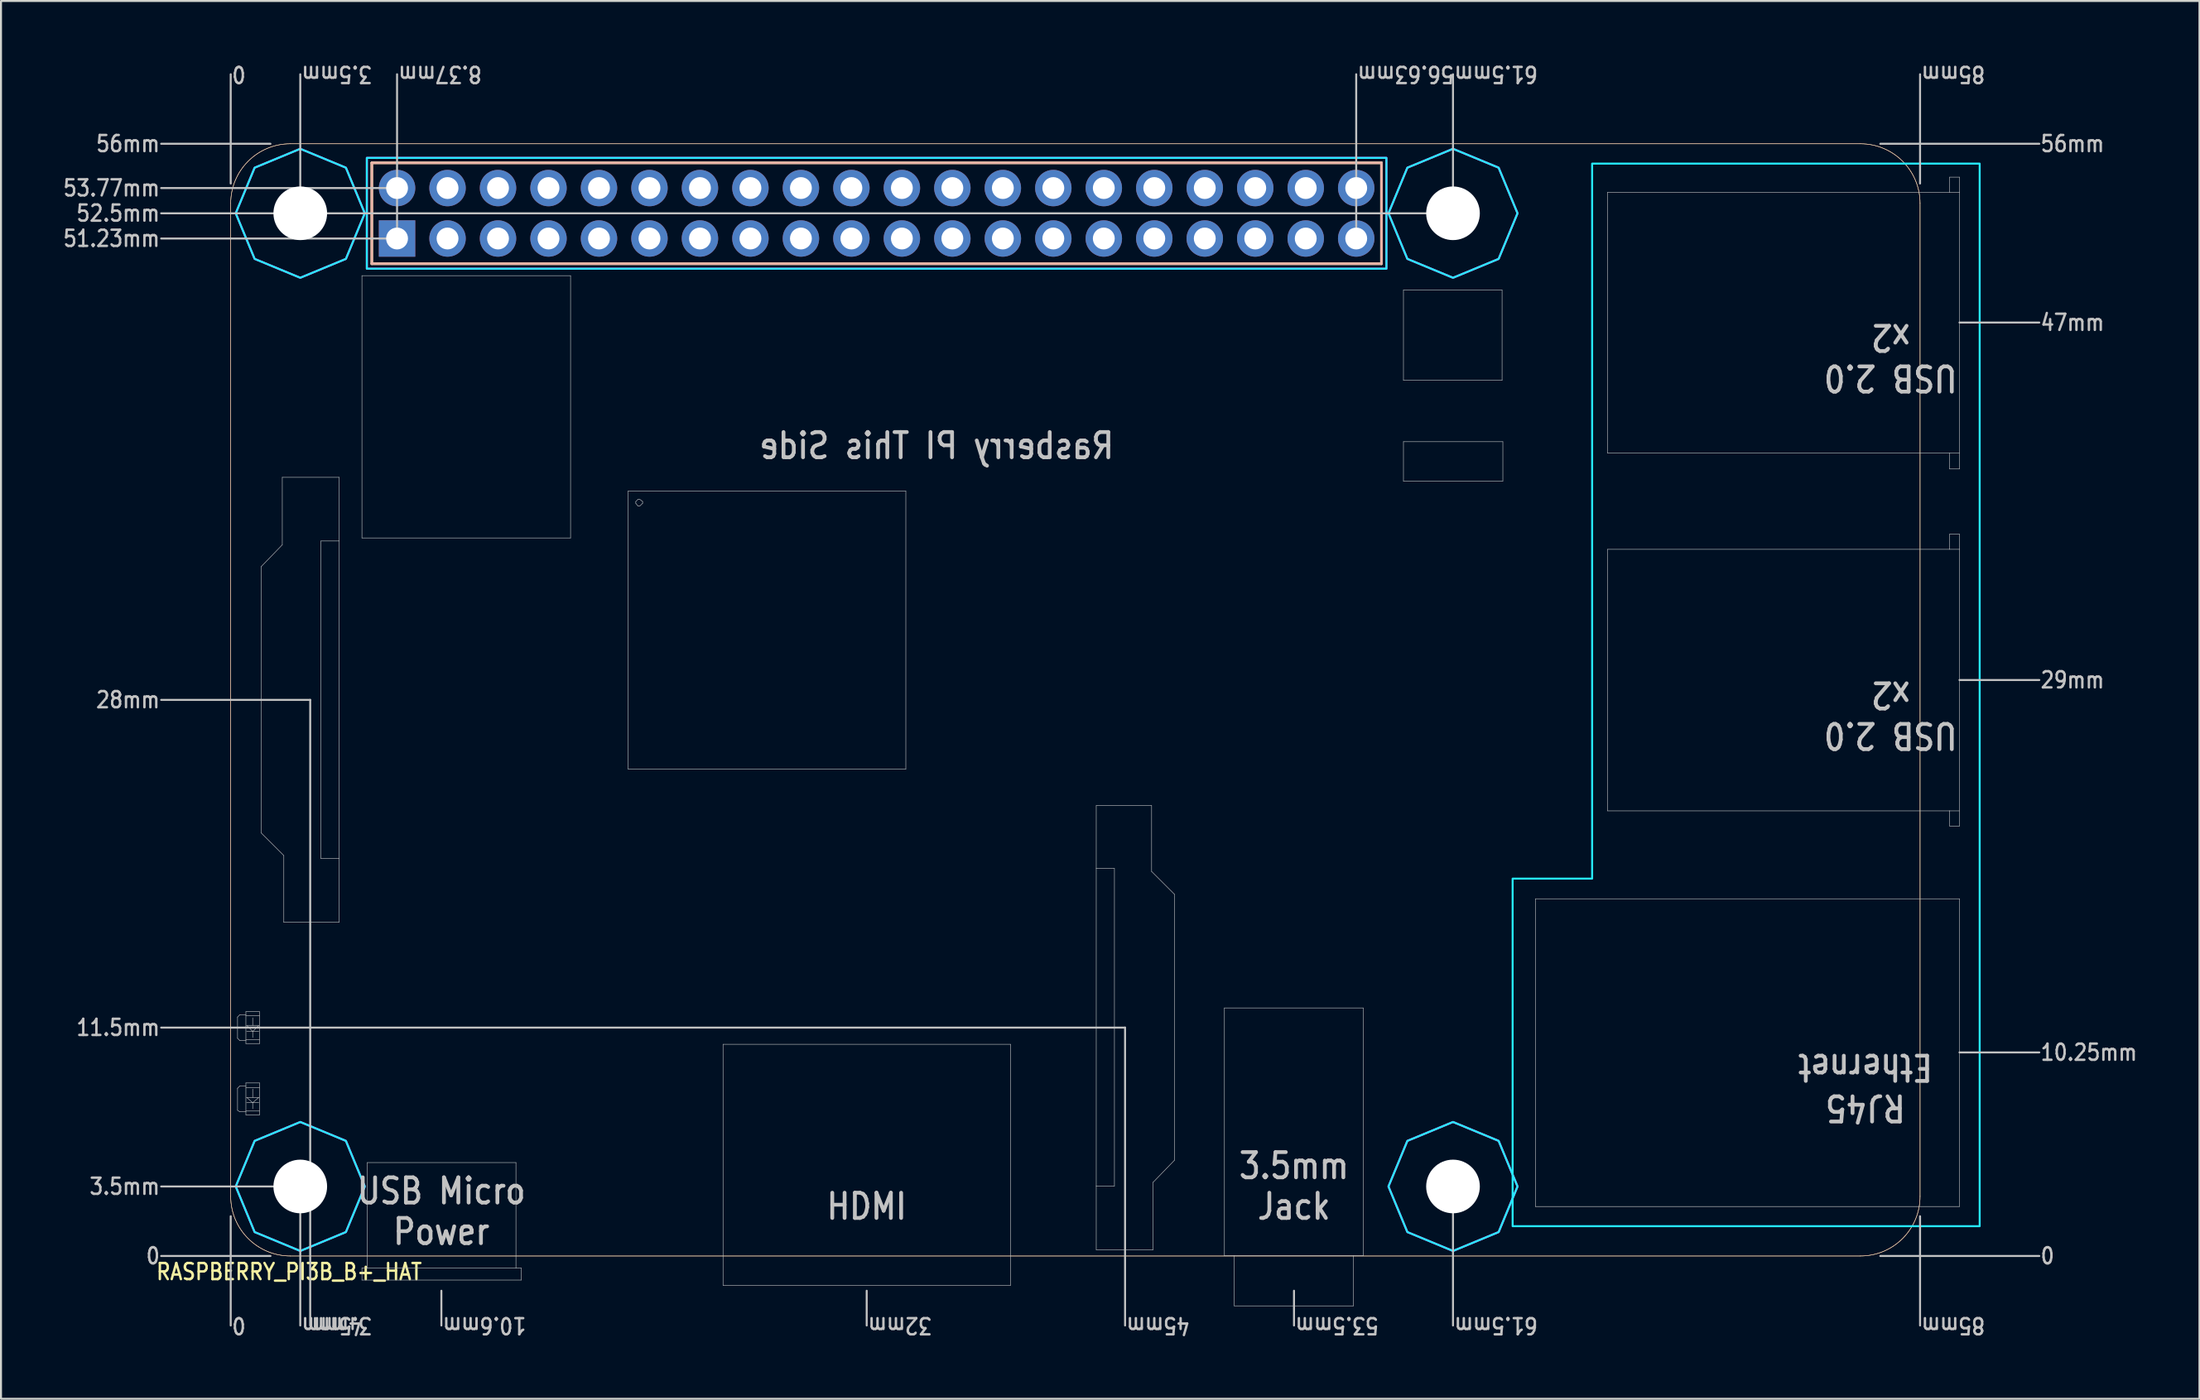
<source format=kicad_pcb>
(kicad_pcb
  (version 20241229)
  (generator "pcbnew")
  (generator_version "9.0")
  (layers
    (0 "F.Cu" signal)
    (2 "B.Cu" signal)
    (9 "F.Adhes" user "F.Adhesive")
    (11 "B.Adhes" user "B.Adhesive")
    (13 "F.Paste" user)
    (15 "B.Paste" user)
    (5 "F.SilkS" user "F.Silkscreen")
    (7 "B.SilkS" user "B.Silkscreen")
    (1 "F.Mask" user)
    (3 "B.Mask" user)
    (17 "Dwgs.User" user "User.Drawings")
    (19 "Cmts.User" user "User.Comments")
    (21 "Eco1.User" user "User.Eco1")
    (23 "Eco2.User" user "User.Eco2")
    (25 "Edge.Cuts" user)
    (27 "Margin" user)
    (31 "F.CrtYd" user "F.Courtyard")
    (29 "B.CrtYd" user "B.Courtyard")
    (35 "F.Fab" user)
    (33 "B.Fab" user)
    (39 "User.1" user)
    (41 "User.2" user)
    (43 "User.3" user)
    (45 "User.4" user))
  (footprint "RASPBERRY_PI3B_B+_HAT"
    (layer "F.Cu")
    (at 8.558 60.189)
    (property "Reference" "RASPBERRY_PI3B_B+_HAT" (at -3.81 1.27 0) (unlocked yes) (layer "F.SilkS") (effects (font (size 0.813 0.695) (thickness 0.122)) (justify left bottom)))
    (fp_circle (center 3.5 -52.5) (end 5.95 -52.5) (stroke (width 0) (type solid)) (fill yes) (layer "F.Mask"))
    (fp_circle (center 3.5 -52.5) (end 5.95 -52.5) (stroke (width 0) (type solid)) (fill yes) (layer "F.Mask"))
    (fp_circle (center 3.5 -3.5) (end 5.95 -3.5) (stroke (width 0) (type solid)) (fill yes) (layer "F.Mask"))
    (fp_circle (center 3.5 -3.5) (end 5.95 -3.5) (stroke (width 0) (type solid)) (fill yes) (layer "F.Mask"))
    (fp_circle (center 61.5 -52.5) (end 63.95 -52.5) (stroke (width 0) (type solid)) (fill yes) (layer "F.Mask"))
    (fp_circle (center 61.5 -52.5) (end 63.95 -52.5) (stroke (width 0) (type solid)) (fill yes) (layer "F.Mask"))
    (fp_circle (center 61.5 -3.5) (end 63.95 -3.5) (stroke (width 0) (type solid)) (fill yes) (layer "F.Mask"))
    (fp_circle (center 61.5 -3.5) (end 63.95 -3.5) (stroke (width 0) (type solid)) (fill yes) (layer "F.Mask"))
    (fp_circle (center 3.5 -52.5) (end 5.95 -52.5) (stroke (width 0) (type solid)) (fill yes) (layer "B.Mask"))
    (fp_circle (center 3.5 -3.5) (end 5.95 -3.5) (stroke (width 0) (type solid)) (fill yes) (layer "B.Mask"))
    (fp_circle (center 61.5 -52.5) (end 63.95 -52.5) (stroke (width 0) (type solid)) (fill yes) (layer "B.Mask"))
    (fp_circle (center 61.5 -3.5) (end 63.95 -3.5) (stroke (width 0) (type solid)) (fill yes) (layer "B.Mask"))
    (fp_line (start 0 -3) (end 0 -53) (stroke (width 0.025) (type solid)) (layer "F.SilkS"))
    (fp_line (start 3 -56) (end 82 -56) (stroke (width 0.025) (type solid)) (layer "F.SilkS"))
    (fp_line (start 7.1 -55.04) (end 7.1 -49.96) (stroke (width 0.127) (type solid)) (layer "F.SilkS"))
    (fp_line (start 7.1 -49.96) (end 57.9 -49.96) (stroke (width 0.127) (type solid)) (layer "F.SilkS"))
    (fp_line (start 57.9 -55.04) (end 7.1 -55.04) (stroke (width 0.127) (type solid)) (layer "F.SilkS"))
    (fp_line (start 57.9 -49.96) (end 57.9 -55.04) (stroke (width 0.127) (type solid)) (layer "F.SilkS"))
    (fp_line (start 82 0) (end 3 0) (stroke (width 0.025) (type solid)) (layer "F.SilkS"))
    (fp_line (start 85 -53) (end 85 -3) (stroke (width 0.025) (type solid)) (layer "F.SilkS"))
    (fp_arc (start 0 -53) (mid 0.87868 -55.12132) (end 3 -56) (stroke (width 0.025) (type solid)) (layer "F.SilkS"))
    (fp_arc (start 3 0) (mid 0.87868 -0.87868) (end 0 -3) (stroke (width 0.025) (type solid)) (layer "F.SilkS"))
    (fp_arc (start 82 -56) (mid 84.12132 -55.12132) (end 85 -53) (stroke (width 0.025) (type solid)) (layer "F.SilkS"))
    (fp_arc (start 85 -3) (mid 84.12132 -0.87868) (end 82 0) (stroke (width 0.025) (type solid)) (layer "F.SilkS"))
    (fp_line (start 0 -3) (end 0 -53) (stroke (width 0.025) (type solid)) (layer "B.SilkS"))
    (fp_line (start 3 -56) (end 82 -56) (stroke (width 0.025) (type solid)) (layer "B.SilkS"))
    (fp_line (start 7.1 -55.04) (end 7.1 -49.96) (stroke (width 0.127) (type solid)) (layer "B.SilkS"))
    (fp_line (start 7.1 -49.96) (end 57.9 -49.96) (stroke (width 0.127) (type solid)) (layer "B.SilkS"))
    (fp_line (start 57.9 -55.04) (end 7.1 -55.04) (stroke (width 0.127) (type solid)) (layer "B.SilkS"))
    (fp_line (start 57.9 -49.96) (end 57.9 -55.04) (stroke (width 0.127) (type solid)) (layer "B.SilkS"))
    (fp_line (start 82 0) (end 3 0) (stroke (width 0.025) (type solid)) (layer "B.SilkS"))
    (fp_line (start 85 -53) (end 85 -3) (stroke (width 0.025) (type solid)) (layer "B.SilkS"))
    (fp_arc (start 0 -53) (mid 0.87868 -55.12132) (end 3 -56) (stroke (width 0.025) (type solid)) (layer "B.SilkS"))
    (fp_arc (start 3 0) (mid 0.87868 -0.87868) (end 0 -3) (stroke (width 0.025) (type solid)) (layer "B.SilkS"))
    (fp_arc (start 82 -56) (mid 84.12132 -55.12132) (end 85 -53) (stroke (width 0.025) (type solid)) (layer "B.SilkS"))
    (fp_arc (start 85 -3) (mid 84.12132 -0.87868) (end 82 0) (stroke (width 0.025) (type solid)) (layer "B.SilkS"))
    (fp_line (start -3.5 -53.77) (end 8.75 -53.77) (stroke (width 0.1) (type solid)) (layer "Dwgs.User"))
    (fp_line (start -3.5 -51.23) (end 8.75 -51.23) (stroke (width 0.1) (type solid)) (layer "Dwgs.User"))
    (fp_line (start 0 -54) (end 0 -59.5) (stroke (width 0.1) (type solid)) (layer "Dwgs.User"))
    (fp_line (start 0 -2) (end 0 3.5) (stroke (width 0.1) (type solid)) (layer "Dwgs.User"))
    (fp_line (start 0.344 -12.03) (end 0.458 -12.146) (stroke (width 0.025) (type solid)) (layer "Dwgs.User"))
    (fp_line (start 0.344 -10.962) (end 0.344 -12.03) (stroke (width 0.025) (type solid)) (layer "Dwgs.User"))
    (fp_line (start 0.344 -8.444) (end 0.458 -8.558) (stroke (width 0.025) (type solid)) (layer "Dwgs.User"))
    (fp_line (start 0.344 -7.336) (end 0.344 -8.444) (stroke (width 0.025) (type solid)) (layer "Dwgs.User"))
    (fp_line (start 0.458 -12.146) (end 0.764 -12.146) (stroke (width 0.025) (type solid)) (layer "Dwgs.User"))
    (fp_line (start 0.458 -10.847) (end 0.344 -10.962) (stroke (width 0.025) (type solid)) (layer "Dwgs.User"))
    (fp_line (start 0.458 -8.558) (end 0.764 -8.558) (stroke (width 0.025) (type solid)) (layer "Dwgs.User"))
    (fp_line (start 0.458 -7.259) (end 0.344 -7.336) (stroke (width 0.025) (type solid)) (layer "Dwgs.User"))
    (fp_line (start 0.764 -12.299) (end 0.764 -10.695) (stroke (width 0.025) (type solid)) (layer "Dwgs.User"))
    (fp_line (start 0.764 -12.107) (end 1.451 -12.107) (stroke (width 0.025) (type solid)) (layer "Dwgs.User"))
    (fp_line (start 0.764 -10.886) (end 1.451 -10.886) (stroke (width 0.025) (type solid)) (layer "Dwgs.User"))
    (fp_line (start 0.764 -10.847) (end 0.458 -10.847) (stroke (width 0.025) (type solid)) (layer "Dwgs.User"))
    (fp_line (start 0.764 -10.695) (end 1.451 -10.695) (stroke (width 0.025) (type solid)) (layer "Dwgs.User"))
    (fp_line (start 0.764 -8.711) (end 0.764 -7.108) (stroke (width 0.025) (type solid)) (layer "Dwgs.User"))
    (fp_line (start 0.764 -8.482) (end 1.451 -8.482) (stroke (width 0.025) (type solid)) (layer "Dwgs.User"))
    (fp_line (start 0.764 -7.298) (end 1.451 -7.298) (stroke (width 0.025) (type solid)) (layer "Dwgs.User"))
    (fp_line (start 0.764 -7.259) (end 0.458 -7.259) (stroke (width 0.025) (type solid)) (layer "Dwgs.User"))
    (fp_line (start 0.764 -7.108) (end 1.451 -7.108) (stroke (width 0.025) (type solid)) (layer "Dwgs.User"))
    (fp_line (start 0.801 -11.612) (end 1.413 -11.612) (stroke (width 0.025) (type solid)) (layer "Dwgs.User"))
    (fp_line (start 0.801 -7.985) (end 1.413 -7.985) (stroke (width 0.025) (type solid)) (layer "Dwgs.User"))
    (fp_line (start 1.107 -11.993) (end 1.107 -11.612) (stroke (width 0.025) (type solid)) (layer "Dwgs.User"))
    (fp_line (start 1.107 -11.306) (end 0.801 -11.612) (stroke (width 0.025) (type solid)) (layer "Dwgs.User"))
    (fp_line (start 1.107 -11.306) (end 0.801 -11.306) (stroke (width 0.025) (type solid)) (layer "Dwgs.User"))
    (fp_line (start 1.107 -11) (end 1.107 -11.306) (stroke (width 0.025) (type solid)) (layer "Dwgs.User"))
    (fp_line (start 1.107 -8.405) (end 1.107 -7.985) (stroke (width 0.025) (type solid)) (layer "Dwgs.User"))
    (fp_line (start 1.107 -7.718) (end 0.801 -7.985) (stroke (width 0.025) (type solid)) (layer "Dwgs.User"))
    (fp_line (start 1.107 -7.718) (end 0.801 -7.718) (stroke (width 0.025) (type solid)) (layer "Dwgs.User"))
    (fp_line (start 1.107 -7.412) (end 1.107 -7.718) (stroke (width 0.025) (type solid)) (layer "Dwgs.User"))
    (fp_line (start 1.413 -11.612) (end 1.107 -11.306) (stroke (width 0.025) (type solid)) (layer "Dwgs.User"))
    (fp_line (start 1.413 -11.306) (end 1.107 -11.306) (stroke (width 0.025) (type solid)) (layer "Dwgs.User"))
    (fp_line (start 1.413 -7.985) (end 1.107 -7.718) (stroke (width 0.025) (type solid)) (layer "Dwgs.User"))
    (fp_line (start 1.413 -7.718) (end 1.107 -7.718) (stroke (width 0.025) (type solid)) (layer "Dwgs.User"))
    (fp_line (start 1.451 -12.299) (end 0.764 -12.299) (stroke (width 0.025) (type solid)) (layer "Dwgs.User"))
    (fp_line (start 1.451 -10.695) (end 1.451 -12.299) (stroke (width 0.025) (type solid)) (layer "Dwgs.User"))
    (fp_line (start 1.451 -8.711) (end 0.764 -8.711) (stroke (width 0.025) (type solid)) (layer "Dwgs.User"))
    (fp_line (start 1.451 -7.108) (end 1.451 -8.711) (stroke (width 0.025) (type solid)) (layer "Dwgs.User"))
    (fp_line (start 1.527 -34.702) (end 2.596 -35.809) (stroke (width 0.025) (type solid)) (layer "Dwgs.User"))
    (fp_line (start 1.527 -21.305) (end 1.527 -34.702) (stroke (width 0.025) (type solid)) (layer "Dwgs.User"))
    (fp_line (start 2 -56) (end -3.5 -56) (stroke (width 0.1) (type solid)) (layer "Dwgs.User"))
    (fp_line (start 2 0) (end -3.5 0) (stroke (width 0.1) (type solid)) (layer "Dwgs.User"))
    (fp_line (start 2.596 -39.206) (end 5.458 -39.206) (stroke (width 0.025) (type solid)) (layer "Dwgs.User"))
    (fp_line (start 2.596 -35.809) (end 2.596 -39.206) (stroke (width 0.025) (type solid)) (layer "Dwgs.User"))
    (fp_line (start 2.672 -20.161) (end 1.527 -21.305) (stroke (width 0.025) (type solid)) (layer "Dwgs.User"))
    (fp_line (start 2.672 -16.801) (end 2.672 -20.161) (stroke (width 0.025) (type solid)) (layer "Dwgs.User"))
    (fp_line (start 3.5 -59.5) (end 3.5 -52.5) (stroke (width 0.1) (type solid)) (layer "Dwgs.User"))
    (fp_line (start 3.5 -52.5) (end -3.5 -52.5) (stroke (width 0.1) (type solid)) (layer "Dwgs.User"))
    (fp_line (start 3.5 -3.5) (end -3.5 -3.5) (stroke (width 0.1) (type solid)) (layer "Dwgs.User"))
    (fp_line (start 3.5 -3.5) (end 3.5 3.5) (stroke (width 0.1) (type solid)) (layer "Dwgs.User"))
    (fp_line (start 4 -28) (end -3.5 -28) (stroke (width 0.1) (type solid)) (layer "Dwgs.User"))
    (fp_line (start 4 -28) (end 4 3.5) (stroke (width 0.1) (type solid)) (layer "Dwgs.User"))
    (fp_line (start 4.542 -36) (end 5.458 -36) (stroke (width 0.025) (type solid)) (layer "Dwgs.User"))
    (fp_line (start 4.542 -20.008) (end 4.542 -36) (stroke (width 0.025) (type solid)) (layer "Dwgs.User"))
    (fp_line (start 5.458 -39.206) (end 5.458 -36) (stroke (width 0.025) (type solid)) (layer "Dwgs.User"))
    (fp_line (start 5.458 -36) (end 5.458 -20.008) (stroke (width 0.025) (type solid)) (layer "Dwgs.User"))
    (fp_line (start 5.458 -20.008) (end 4.542 -20.008) (stroke (width 0.025) (type solid)) (layer "Dwgs.User"))
    (fp_line (start 5.458 -20.008) (end 5.458 -16.801) (stroke (width 0.025) (type solid)) (layer "Dwgs.User"))
    (fp_line (start 5.458 -16.801) (end 2.672 -16.801) (stroke (width 0.025) (type solid)) (layer "Dwgs.User"))
    (fp_line (start 6.603 -49.359) (end 17.1 -49.359) (stroke (width 0.025) (type solid)) (layer "Dwgs.User"))
    (fp_line (start 6.603 -36.153) (end 6.603 -49.359) (stroke (width 0.025) (type solid)) (layer "Dwgs.User"))
    (fp_line (start 6.603 0.603) (end 6.871 0.603) (stroke (width 0.025) (type solid)) (layer "Dwgs.User"))
    (fp_line (start 6.603 1.213) (end 6.603 0.603) (stroke (width 0.025) (type solid)) (layer "Dwgs.User"))
    (fp_line (start 6.871 -4.703) (end 14.352 -4.703) (stroke (width 0.025) (type solid)) (layer "Dwgs.User"))
    (fp_line (start 6.871 0.603) (end 6.871 -4.703) (stroke (width 0.025) (type solid)) (layer "Dwgs.User"))
    (fp_line (start 8.37 -51.23) (end 8.37 -59.5) (stroke (width 0.1) (type solid)) (layer "Dwgs.User"))
    (fp_line (start 10.6 1.75) (end 10.6 3.5) (stroke (width 0.1) (type solid)) (layer "Dwgs.User"))
    (fp_line (start 14.352 -4.703) (end 14.352 0.603) (stroke (width 0.025) (type solid)) (layer "Dwgs.User"))
    (fp_line (start 14.352 0.603) (end 6.871 0.603) (stroke (width 0.025) (type solid)) (layer "Dwgs.User"))
    (fp_line (start 14.618 0.603) (end 14.352 0.603) (stroke (width 0.025) (type solid)) (layer "Dwgs.User"))
    (fp_line (start 14.618 0.603) (end 14.618 1.213) (stroke (width 0.025) (type solid)) (layer "Dwgs.User"))
    (fp_line (start 14.618 1.213) (end 6.603 1.213) (stroke (width 0.025) (type solid)) (layer "Dwgs.User"))
    (fp_line (start 17.1 -49.359) (end 17.1 -36.153) (stroke (width 0.025) (type solid)) (layer "Dwgs.User"))
    (fp_line (start 17.1 -36.153) (end 6.603 -36.153) (stroke (width 0.025) (type solid)) (layer "Dwgs.User"))
    (fp_line (start 20.001 -38.519) (end 33.969 -38.519) (stroke (width 0.025) (type solid)) (layer "Dwgs.User"))
    (fp_line (start 20.001 -24.512) (end 20.001 -38.519) (stroke (width 0.025) (type solid)) (layer "Dwgs.User"))
    (fp_line (start 20.382 -37.985) (end 20.382 -37.899) (stroke (width 0.025) (type solid)) (layer "Dwgs.User"))
    (fp_line (start 20.382 -37.899) (end 20.496 -37.756) (stroke (width 0.025) (type solid)) (layer "Dwgs.User"))
    (fp_line (start 20.496 -38.099) (end 20.382 -37.985) (stroke (width 0.025) (type solid)) (layer "Dwgs.User"))
    (fp_line (start 20.496 -37.756) (end 20.582 -37.756) (stroke (width 0.025) (type solid)) (layer "Dwgs.User"))
    (fp_line (start 20.582 -38.099) (end 20.496 -38.099) (stroke (width 0.025) (type solid)) (layer "Dwgs.User"))
    (fp_line (start 20.582 -37.756) (end 20.725 -37.899) (stroke (width 0.025) (type solid)) (layer "Dwgs.User"))
    (fp_line (start 20.725 -37.985) (end 20.582 -38.099) (stroke (width 0.025) (type solid)) (layer "Dwgs.User"))
    (fp_line (start 20.725 -37.899) (end 20.725 -37.985) (stroke (width 0.025) (type solid)) (layer "Dwgs.User"))
    (fp_line (start 24.772 -10.658) (end 39.236 -10.658) (stroke (width 0.025) (type solid)) (layer "Dwgs.User"))
    (fp_line (start 24.772 1.48) (end 24.772 -10.658) (stroke (width 0.025) (type solid)) (layer "Dwgs.User"))
    (fp_line (start 32 1.75) (end 32 3.5) (stroke (width 0.1) (type solid)) (layer "Dwgs.User"))
    (fp_line (start 33.969 -38.519) (end 33.969 -24.512) (stroke (width 0.025) (type solid)) (layer "Dwgs.User"))
    (fp_line (start 33.969 -24.512) (end 20.001 -24.512) (stroke (width 0.025) (type solid)) (layer "Dwgs.User"))
    (fp_line (start 39.236 -10.658) (end 39.236 1.48) (stroke (width 0.025) (type solid)) (layer "Dwgs.User"))
    (fp_line (start 39.236 1.48) (end 24.772 1.48) (stroke (width 0.025) (type solid)) (layer "Dwgs.User"))
    (fp_line (start 43.55 -22.679) (end 46.335 -22.679) (stroke (width 0.025) (type solid)) (layer "Dwgs.User"))
    (fp_line (start 43.55 -19.513) (end 43.55 -22.679) (stroke (width 0.025) (type solid)) (layer "Dwgs.User"))
    (fp_line (start 43.55 -19.513) (end 44.465 -19.513) (stroke (width 0.025) (type solid)) (layer "Dwgs.User"))
    (fp_line (start 43.55 -3.52) (end 43.55 -19.513) (stroke (width 0.025) (type solid)) (layer "Dwgs.User"))
    (fp_line (start 43.55 -0.313) (end 43.55 -3.52) (stroke (width 0.025) (type solid)) (layer "Dwgs.User"))
    (fp_line (start 44.465 -19.513) (end 44.465 -3.52) (stroke (width 0.025) (type solid)) (layer "Dwgs.User"))
    (fp_line (start 44.465 -3.52) (end 43.55 -3.52) (stroke (width 0.025) (type solid)) (layer "Dwgs.User"))
    (fp_line (start 45 -11.5) (end -3.5 -11.5) (stroke (width 0.1) (type solid)) (layer "Dwgs.User"))
    (fp_line (start 45 -11.5) (end 45 3.5) (stroke (width 0.1) (type solid)) (layer "Dwgs.User"))
    (fp_line (start 46.335 -22.679) (end 46.335 -19.36) (stroke (width 0.025) (type solid)) (layer "Dwgs.User"))
    (fp_line (start 46.335 -19.36) (end 47.481 -18.214) (stroke (width 0.025) (type solid)) (layer "Dwgs.User"))
    (fp_line (start 46.412 -3.711) (end 46.412 -0.313) (stroke (width 0.025) (type solid)) (layer "Dwgs.User"))
    (fp_line (start 46.412 -0.313) (end 43.55 -0.313) (stroke (width 0.025) (type solid)) (layer "Dwgs.User"))
    (fp_line (start 47.481 -18.214) (end 47.481 -4.817) (stroke (width 0.025) (type solid)) (layer "Dwgs.User"))
    (fp_line (start 47.481 -4.817) (end 46.412 -3.711) (stroke (width 0.025) (type solid)) (layer "Dwgs.User"))
    (fp_line (start 49.999 -12.489) (end 56.984 -12.489) (stroke (width 0.025) (type solid)) (layer "Dwgs.User"))
    (fp_line (start 49.999 -0.009) (end 49.999 -12.489) (stroke (width 0.025) (type solid)) (layer "Dwgs.User"))
    (fp_line (start 50.496 -0.009) (end 49.999 -0.009) (stroke (width 0.025) (type solid)) (layer "Dwgs.User"))
    (fp_line (start 50.496 -0.009) (end 56.489 -0.009) (stroke (width 0.025) (type solid)) (layer "Dwgs.User"))
    (fp_line (start 50.496 2.511) (end 50.496 -0.009) (stroke (width 0.025) (type solid)) (layer "Dwgs.User"))
    (fp_line (start 53.5 1.75) (end 53.5 3.5) (stroke (width 0.1) (type solid)) (layer "Dwgs.User"))
    (fp_line (start 56.489 -0.009) (end 56.489 2.511) (stroke (width 0.025) (type solid)) (layer "Dwgs.User"))
    (fp_line (start 56.489 2.511) (end 50.496 2.511) (stroke (width 0.025) (type solid)) (layer "Dwgs.User"))
    (fp_line (start 56.63 -59.5) (end 56.63 -51.23) (stroke (width 0.1) (type solid)) (layer "Dwgs.User"))
    (fp_line (start 56.984 -12.489) (end 56.984 -0.009) (stroke (width 0.025) (type solid)) (layer "Dwgs.User"))
    (fp_line (start 56.984 -0.009) (end 56.489 -0.009) (stroke (width 0.025) (type solid)) (layer "Dwgs.User"))
    (fp_line (start 59.007 -48.634) (end 59.007 -44.091) (stroke (width 0.025) (type solid)) (layer "Dwgs.User"))
    (fp_line (start 59.007 -44.091) (end 63.969 -44.091) (stroke (width 0.025) (type solid)) (layer "Dwgs.User"))
    (fp_line (start 59.007 -41) (end 64.008 -41) (stroke (width 0.025) (type solid)) (layer "Dwgs.User"))
    (fp_line (start 59.007 -39.016) (end 59.007 -41) (stroke (width 0.025) (type solid)) (layer "Dwgs.User"))
    (fp_line (start 61.5 -52.5) (end 3.5 -52.5) (stroke (width 0.1) (type solid)) (layer "Dwgs.User"))
    (fp_line (start 61.5 -52.5) (end 61.5 -59.5) (stroke (width 0.1) (type solid)) (layer "Dwgs.User"))
    (fp_line (start 61.5 -3.5) (end 61.5 3.5) (stroke (width 0.1) (type solid)) (layer "Dwgs.User"))
    (fp_line (start 63.969 -48.634) (end 59.007 -48.634) (stroke (width 0.025) (type solid)) (layer "Dwgs.User"))
    (fp_line (start 63.969 -44.091) (end 63.969 -48.634) (stroke (width 0.025) (type solid)) (layer "Dwgs.User"))
    (fp_line (start 64.008 -41) (end 64.008 -39.016) (stroke (width 0.025) (type solid)) (layer "Dwgs.User"))
    (fp_line (start 64.008 -39.016) (end 59.007 -39.016) (stroke (width 0.025) (type solid)) (layer "Dwgs.User"))
    (fp_line (start 65.649 -17.986) (end 86.984 -17.986) (stroke (width 0.025) (type solid)) (layer "Dwgs.User"))
    (fp_line (start 65.649 -2.489) (end 65.649 -17.986) (stroke (width 0.025) (type solid)) (layer "Dwgs.User"))
    (fp_line (start 69.274 -53.558) (end 69.274 -40.427) (stroke (width 0.025) (type solid)) (layer "Dwgs.User"))
    (fp_line (start 69.274 -40.427) (end 86.488 -40.427) (stroke (width 0.025) (type solid)) (layer "Dwgs.User"))
    (fp_line (start 69.274 -35.581) (end 69.274 -22.412) (stroke (width 0.025) (type solid)) (layer "Dwgs.User"))
    (fp_line (start 69.274 -22.412) (end 86.488 -22.412) (stroke (width 0.025) (type solid)) (layer "Dwgs.User"))
    (fp_line (start 83 -56) (end 91 -56) (stroke (width 0.1) (type solid)) (layer "Dwgs.User"))
    (fp_line (start 83 0) (end 91 0) (stroke (width 0.1) (type solid)) (layer "Dwgs.User"))
    (fp_line (start 85 -54) (end 85 -59.5) (stroke (width 0.1) (type solid)) (layer "Dwgs.User"))
    (fp_line (start 85 -2) (end 85 3.5) (stroke (width 0.1) (type solid)) (layer "Dwgs.User"))
    (fp_line (start 86.488 -54.32) (end 86.984 -54.32) (stroke (width 0.025) (type solid)) (layer "Dwgs.User"))
    (fp_line (start 86.488 -53.558) (end 69.274 -53.558) (stroke (width 0.025) (type solid)) (layer "Dwgs.User"))
    (fp_line (start 86.488 -53.558) (end 86.488 -54.32) (stroke (width 0.025) (type solid)) (layer "Dwgs.User"))
    (fp_line (start 86.488 -40.427) (end 86.488 -39.626) (stroke (width 0.025) (type solid)) (layer "Dwgs.User"))
    (fp_line (start 86.488 -40.427) (end 86.984 -40.427) (stroke (width 0.025) (type solid)) (layer "Dwgs.User"))
    (fp_line (start 86.488 -39.626) (end 86.984 -39.626) (stroke (width 0.025) (type solid)) (layer "Dwgs.User"))
    (fp_line (start 86.488 -36.344) (end 86.984 -36.344) (stroke (width 0.025) (type solid)) (layer "Dwgs.User"))
    (fp_line (start 86.488 -35.581) (end 69.274 -35.581) (stroke (width 0.025) (type solid)) (layer "Dwgs.User"))
    (fp_line (start 86.488 -35.581) (end 86.488 -36.344) (stroke (width 0.025) (type solid)) (layer "Dwgs.User"))
    (fp_line (start 86.488 -22.412) (end 86.488 -21.649) (stroke (width 0.025) (type solid)) (layer "Dwgs.User"))
    (fp_line (start 86.488 -22.412) (end 86.984 -22.412) (stroke (width 0.025) (type solid)) (layer "Dwgs.User"))
    (fp_line (start 86.488 -21.649) (end 86.984 -21.649) (stroke (width 0.025) (type solid)) (layer "Dwgs.User"))
    (fp_line (start 86.984 -54.32) (end 86.984 -53.558) (stroke (width 0.025) (type solid)) (layer "Dwgs.User"))
    (fp_line (start 86.984 -53.558) (end 86.488 -53.558) (stroke (width 0.025) (type solid)) (layer "Dwgs.User"))
    (fp_line (start 86.984 -47) (end 91 -47) (stroke (width 0.1) (type solid)) (layer "Dwgs.User"))
    (fp_line (start 86.984 -39.626) (end 86.984 -53.558) (stroke (width 0.025) (type solid)) (layer "Dwgs.User"))
    (fp_line (start 86.984 -36.344) (end 86.984 -35.581) (stroke (width 0.025) (type solid)) (layer "Dwgs.User"))
    (fp_line (start 86.984 -35.581) (end 86.488 -35.581) (stroke (width 0.025) (type solid)) (layer "Dwgs.User"))
    (fp_line (start 86.984 -29) (end 91 -29) (stroke (width 0.1) (type solid)) (layer "Dwgs.User"))
    (fp_line (start 86.984 -21.649) (end 86.984 -35.581) (stroke (width 0.025) (type solid)) (layer "Dwgs.User"))
    (fp_line (start 86.984 -17.986) (end 86.984 -2.489) (stroke (width 0.025) (type solid)) (layer "Dwgs.User"))
    (fp_line (start 86.984 -10.25) (end 91 -10.25) (stroke (width 0.1) (type solid)) (layer "Dwgs.User"))
    (fp_line (start 86.984 -2.489) (end 65.649 -2.489) (stroke (width 0.025) (type solid)) (layer "Dwgs.User"))
    (fp_poly (pts (xy 6.85 -55.29) (xy 58.15 -55.29) (xy 58.15 -49.71) (xy 6.85 -49.71)) (stroke (width 0.1) (type solid)) (fill no) (layer "B.CrtYd"))
    (fp_poly (pts (xy 68.5 -55) (xy 88 -55) (xy 88 -1.5) (xy 64.5 -1.5) (xy 64.5 -19) (xy 68.5 -19)) (stroke (width 0.1) (type solid)) (fill no) (layer "B.CrtYd"))
    (fp_poly (pts (xy 6.747 -52.5) (xy 5.796 -54.796) (xy 3.5 -55.747) (xy 1.204 -54.796) (xy 0.253 -52.5) (xy 1.204 -50.204) (xy 3.5 -49.253) (xy 5.796 -50.204)) (stroke (width 0.1) (type solid)) (fill no) (layer "B.CrtYd"))
    (fp_poly (pts (xy 6.747 -3.5) (xy 5.796 -5.796) (xy 3.5 -6.747) (xy 1.204 -5.796) (xy 0.253 -3.5) (xy 1.204 -1.204) (xy 3.5 -0.253) (xy 5.796 -1.204)) (stroke (width 0.1) (type solid)) (fill no) (layer "B.CrtYd"))
    (fp_poly (pts (xy 64.747 -52.5) (xy 63.796 -54.796) (xy 61.5 -55.747) (xy 59.204 -54.796) (xy 58.253 -52.5) (xy 59.204 -50.204) (xy 61.5 -49.253) (xy 63.796 -50.204)) (stroke (width 0.1) (type solid)) (fill no) (layer "B.CrtYd"))
    (fp_poly (pts (xy 64.747 -3.5) (xy 63.796 -5.796) (xy 61.5 -6.747) (xy 59.204 -5.796) (xy 58.253 -3.5) (xy 59.204 -1.204) (xy 61.5 -0.253) (xy 63.796 -1.204)) (stroke (width 0.1) (type solid)) (fill no) (layer "B.CrtYd"))
    (fp_poly (pts (xy 6.85 -55.29) (xy 58.15 -55.29) (xy 58.15 -49.71) (xy 6.85 -49.71)) (stroke (width 0.1) (type solid)) (fill no) (layer "F.CrtYd"))
    (fp_poly (pts (xy 6.747 -52.5) (xy 5.796 -54.796) (xy 3.5 -55.747) (xy 1.204 -54.796) (xy 0.253 -52.5) (xy 1.204 -50.204) (xy 3.5 -49.253) (xy 5.796 -50.204)) (stroke (width 0.1) (type solid)) (fill no) (layer "F.CrtYd"))
    (fp_poly (pts (xy 6.747 -3.5) (xy 5.796 -5.796) (xy 3.5 -6.747) (xy 1.204 -5.796) (xy 0.253 -3.5) (xy 1.204 -1.204) (xy 3.5 -0.253) (xy 5.796 -1.204)) (stroke (width 0.1) (type solid)) (fill no) (layer "F.CrtYd"))
    (fp_poly (pts (xy 64.747 -52.5) (xy 63.796 -54.796) (xy 61.5 -55.747) (xy 59.204 -54.796) (xy 58.253 -52.5) (xy 59.204 -50.204) (xy 61.5 -49.253) (xy 63.796 -50.204)) (stroke (width 0.1) (type solid)) (fill no) (layer "F.CrtYd"))
    (fp_poly (pts (xy 64.747 -3.5) (xy 63.796 -5.796) (xy 61.5 -6.747) (xy 59.204 -5.796) (xy 58.253 -3.5) (xy 59.204 -1.204) (xy 61.5 -0.253) (xy 63.796 -1.204)) (stroke (width 0.1) (type solid)) (fill no) (layer "F.CrtYd"))
    (fp_text user "HDMI" (at 32 -1.75 0) (unlocked yes) (layer "Dwgs.User") (effects (font (size 1.27 1.086) (thickness 0.191)) (justify bottom)))
    (fp_text user "0" (at 91 0 0) (unlocked yes) (layer "Dwgs.User") (effects (font (size 0.813 0.695) (thickness 0.122)) (justify left)))
    (fp_text user "47mm" (at 91 -47 0) (unlocked yes) (layer "Dwgs.User") (effects (font (size 0.813 0.695) (thickness 0.122)) (justify left)))
    (fp_text user "10.6mm" (at 10.6 3.5 180) (unlocked yes) (layer "Dwgs.User") (effects (font (size 0.813 0.695) (thickness 0.122)) (justify right)))
    (fp_text user "85mm" (at 85 -59.5 180) (unlocked yes) (layer "Dwgs.User") (effects (font (size 0.813 0.695) (thickness 0.122)) (justify right)))
    (fp_text user "56.63mm" (at 56.63 -59.5 180) (unlocked yes) (layer "Dwgs.User") (effects (font (size 0.813 0.695) (thickness 0.122)) (justify right)))
    (fp_text user "3.5mm" (at 3.5 -59.5 180) (unlocked yes) (layer "Dwgs.User") (effects (font (size 0.813 0.695) (thickness 0.122)) (justify right)))
    (fp_text user "52.5mm" (at -3.5 -52.5 0) (unlocked yes) (layer "Dwgs.User") (effects (font (size 0.813 0.695) (thickness 0.122)) (justify right)))
    (fp_text user "0" (at -3.5 0 0) (unlocked yes) (layer "Dwgs.User") (effects (font (size 0.813 0.695) (thickness 0.122)) (justify right)))
    (fp_text user "3.5mm" (at -3.5 -3.5 0) (unlocked yes) (layer "Dwgs.User") (effects (font (size 0.813 0.695) (thickness 0.122)) (justify right)))
    (fp_text user "3.5mm\nJack" (at 53.5 -1.75 0) (unlocked yes) (layer "Dwgs.User") (effects (font (size 1.27 1.086) (thickness 0.191)) (justify bottom)))
    (fp_text user "USB 2.0\nx2" (at 83.52 -47 180) (unlocked yes) (layer "Dwgs.User") (effects (font (size 1.27 1.086) (thickness 0.191)) (justify bottom)))
    (fp_text user "29mm" (at 91 -29 0) (unlocked yes) (layer "Dwgs.User") (effects (font (size 0.813 0.695) (thickness 0.122)) (justify left)))
    (fp_text user "0" (at 0 -59.5 180) (unlocked yes) (layer "Dwgs.User") (effects (font (size 0.813 0.695) (thickness 0.122)) (justify right)))
    (fp_text user "0" (at 0 3.5 180) (unlocked yes) (layer "Dwgs.User") (effects (font (size 0.813 0.695) (thickness 0.122)) (justify right)))
    (fp_text user "28mm" (at -3.5 -28 0) (unlocked yes) (layer "Dwgs.User") (effects (font (size 0.813 0.695) (thickness 0.122)) (justify right)))
    (fp_text user "56mm" (at -3.5 -56 0) (unlocked yes) (layer "Dwgs.User") (effects (font (size 0.813 0.695) (thickness 0.122)) (justify right)))
    (fp_text user "Rasberry PI This Side" (at 44.54 -40.05 0) (unlocked yes) (layer "Dwgs.User") (effects (font (size 1.27 1.086) (thickness 0.191)) (justify left bottom mirror)))
    (fp_text user "USB Micro\nPower" (at 10.6 -0.48 0) (unlocked yes) (layer "Dwgs.User") (effects (font (size 1.27 1.086) (thickness 0.191)) (justify bottom)))
    (fp_text user "51.23mm" (at -3.5 -51.23 0) (unlocked yes) (layer "Dwgs.User") (effects (font (size 0.813 0.695) (thickness 0.122)) (justify right)))
    (fp_text user "4mm" (at 4 3.5 180) (unlocked yes) (layer "Dwgs.User") (effects (font (size 0.813 0.695) (thickness 0.122)) (justify right)))
    (fp_text user "61.5mm" (at 61.5 -59.5 180) (unlocked yes) (layer "Dwgs.User") (effects (font (size 0.813 0.695) (thickness 0.122)) (justify right)))
    (fp_text user "85mm" (at 85 3.5 180) (unlocked yes) (layer "Dwgs.User") (effects (font (size 0.813 0.695) (thickness 0.122)) (justify right)))
    (fp_text user "61.5mm" (at 61.5 3.5 180) (unlocked yes) (layer "Dwgs.User") (effects (font (size 0.813 0.695) (thickness 0.122)) (justify right)))
    (fp_text user "32mm" (at 32 3.5 180) (unlocked yes) (layer "Dwgs.User") (effects (font (size 0.813 0.695) (thickness 0.122)) (justify right)))
    (fp_text user "3.5mm" (at 3.5 3.5 180) (unlocked yes) (layer "Dwgs.User") (effects (font (size 0.813 0.695) (thickness 0.122)) (justify right)))
    (fp_text user "11.5mm" (at -3.5 -11.5 0) (unlocked yes) (layer "Dwgs.User") (effects (font (size 0.813 0.695) (thickness 0.122)) (justify right)))
    (fp_text user "53.77mm" (at -3.5 -53.77 0) (unlocked yes) (layer "Dwgs.User") (effects (font (size 0.813 0.695) (thickness 0.122)) (justify right)))
    (fp_text user "8.37mm" (at 8.37 -59.5 180) (unlocked yes) (layer "Dwgs.User") (effects (font (size 0.813 0.695) (thickness 0.122)) (justify right)))
    (fp_text user "USB 2.0\nx2" (at 83.52 -29 180) (unlocked yes) (layer "Dwgs.User") (effects (font (size 1.27 1.086) (thickness 0.191)) (justify bottom)))
    (fp_text user "56mm" (at 91 -56 0) (unlocked yes) (layer "Dwgs.User") (effects (font (size 0.813 0.695) (thickness 0.122)) (justify left)))
    (fp_text user "RJ45\nEthernet" (at 82.25 -10.25 180) (unlocked yes) (layer "Dwgs.User") (effects (font (size 1.27 1.086) (thickness 0.191)) (justify bottom)))
    (fp_text user "45mm" (at 45 3.5 180) (unlocked yes) (layer "Dwgs.User") (effects (font (size 0.813 0.695) (thickness 0.122)) (justify right)))
    (fp_text user "10.25mm" (at 91 -10.25 0) (unlocked yes) (layer "Dwgs.User") (effects (font (size 0.813 0.695) (thickness 0.122)) (justify left)))
    (fp_text user "53.5mm" (at 53.5 3.5 180) (unlocked yes) (layer "Dwgs.User") (effects (font (size 0.813 0.695) (thickness 0.122)) (justify right)))
    (pad "" np_thru_hole circle (at 3.5 -52.5) (size 2.7 2.7) (drill 2.7) (layers "*.Cu" "*.Mask"))
    (pad "" np_thru_hole circle (at 3.5 -3.5) (size 2.7 2.7) (drill 2.7) (layers "*.Cu" "*.Mask"))
    (pad "" np_thru_hole circle (at 61.5 -52.5) (size 2.7 2.7) (drill 2.7) (layers "*.Cu" "*.Mask"))
    (pad "" np_thru_hole circle (at 61.5 -3.5) (size 2.7 2.7) (drill 2.7) (layers "*.Cu" "*.Mask"))
    (pad "1" thru_hole rect (at 8.37 -51.23) (size 1.833 1.833) (drill 1.1) (layers "*.Cu" "*.Mask"))
    (pad "2" thru_hole oval (at 8.37 -53.77) (size 1.833 1.833) (drill 1.1) (layers "*.Cu" "*.Mask"))
    (pad "3" thru_hole oval (at 10.91 -51.23) (size 1.833 1.833) (drill 1.1) (layers "*.Cu" "*.Mask"))
    (pad "4" thru_hole oval (at 10.91 -53.77) (size 1.833 1.833) (drill 1.1) (layers "*.Cu" "*.Mask"))
    (pad "5" thru_hole oval (at 13.45 -51.23) (size 1.833 1.833) (drill 1.1) (layers "*.Cu" "*.Mask"))
    (pad "6" thru_hole oval (at 13.45 -53.77) (size 1.833 1.833) (drill 1.1) (layers "*.Cu" "*.Mask"))
    (pad "7" thru_hole oval (at 15.99 -51.23) (size 1.833 1.833) (drill 1.1) (layers "*.Cu" "*.Mask"))
    (pad "8" thru_hole oval (at 15.99 -53.77) (size 1.833 1.833) (drill 1.1) (layers "*.Cu" "*.Mask"))
    (pad "9" thru_hole oval (at 18.53 -51.23) (size 1.833 1.833) (drill 1.1) (layers "*.Cu" "*.Mask"))
    (pad "10" thru_hole oval (at 18.53 -53.77) (size 1.833 1.833) (drill 1.1) (layers "*.Cu" "*.Mask"))
    (pad "11" thru_hole oval (at 21.07 -51.23) (size 1.833 1.833) (drill 1.1) (layers "*.Cu" "*.Mask"))
    (pad "12" thru_hole oval (at 21.07 -53.77) (size 1.833 1.833) (drill 1.1) (layers "*.Cu" "*.Mask"))
    (pad "13" thru_hole oval (at 23.61 -51.23) (size 1.833 1.833) (drill 1.1) (layers "*.Cu" "*.Mask"))
    (pad "14" thru_hole oval (at 23.61 -53.77) (size 1.833 1.833) (drill 1.1) (layers "*.Cu" "*.Mask"))
    (pad "15" thru_hole oval (at 26.15 -51.23) (size 1.833 1.833) (drill 1.1) (layers "*.Cu" "*.Mask"))
    (pad "16" thru_hole oval (at 26.15 -53.77) (size 1.833 1.833) (drill 1.1) (layers "*.Cu" "*.Mask"))
    (pad "17" thru_hole oval (at 28.69 -51.23) (size 1.833 1.833) (drill 1.1) (layers "*.Cu" "*.Mask"))
    (pad "18" thru_hole oval (at 28.69 -53.77) (size 1.833 1.833) (drill 1.1) (layers "*.Cu" "*.Mask"))
    (pad "19" thru_hole oval (at 31.23 -51.23) (size 1.833 1.833) (drill 1.1) (layers "*.Cu" "*.Mask"))
    (pad "20" thru_hole oval (at 31.23 -53.77) (size 1.833 1.833) (drill 1.1) (layers "*.Cu" "*.Mask"))
    (pad "21" thru_hole oval (at 33.77 -51.23) (size 1.833 1.833) (drill 1.1) (layers "*.Cu" "*.Mask"))
    (pad "22" thru_hole oval (at 33.77 -53.77) (size 1.833 1.833) (drill 1.1) (layers "*.Cu" "*.Mask"))
    (pad "23" thru_hole oval (at 36.31 -51.23) (size 1.833 1.833) (drill 1.1) (layers "*.Cu" "*.Mask"))
    (pad "24" thru_hole oval (at 36.31 -53.77) (size 1.833 1.833) (drill 1.1) (layers "*.Cu" "*.Mask"))
    (pad "25" thru_hole oval (at 38.85 -51.23) (size 1.833 1.833) (drill 1.1) (layers "*.Cu" "*.Mask"))
    (pad "26" thru_hole oval (at 38.85 -53.77) (size 1.833 1.833) (drill 1.1) (layers "*.Cu" "*.Mask"))
    (pad "27" thru_hole oval (at 41.39 -51.23) (size 1.833 1.833) (drill 1.1) (layers "*.Cu" "*.Mask"))
    (pad "28" thru_hole oval (at 41.39 -53.77) (size 1.833 1.833) (drill 1.1) (layers "*.Cu" "*.Mask"))
    (pad "29" thru_hole oval (at 43.93 -51.23) (size 1.833 1.833) (drill 1.1) (layers "*.Cu" "*.Mask"))
    (pad "30" thru_hole oval (at 43.93 -53.77) (size 1.833 1.833) (drill 1.1) (layers "*.Cu" "*.Mask"))
    (pad "31" thru_hole oval (at 46.47 -51.23) (size 1.833 1.833) (drill 1.1) (layers "*.Cu" "*.Mask"))
    (pad "32" thru_hole oval (at 46.47 -53.77) (size 1.833 1.833) (drill 1.1) (layers "*.Cu" "*.Mask"))
    (pad "33" thru_hole oval (at 49.01 -51.23) (size 1.833 1.833) (drill 1.1) (layers "*.Cu" "*.Mask"))
    (pad "34" thru_hole oval (at 49.01 -53.77) (size 1.833 1.833) (drill 1.1) (layers "*.Cu" "*.Mask"))
    (pad "35" thru_hole oval (at 51.55 -51.23) (size 1.833 1.833) (drill 1.1) (layers "*.Cu" "*.Mask"))
    (pad "36" thru_hole oval (at 51.55 -53.77) (size 1.833 1.833) (drill 1.1) (layers "*.Cu" "*.Mask"))
    (pad "37" thru_hole oval (at 54.09 -51.23) (size 1.833 1.833) (drill 1.1) (layers "*.Cu" "*.Mask"))
    (pad "38" thru_hole oval (at 54.09 -53.77) (size 1.833 1.833) (drill 1.1) (layers "*.Cu" "*.Mask"))
    (pad "39" thru_hole oval (at 56.63 -51.23) (size 1.833 1.833) (drill 1.1) (layers "*.Cu" "*.Mask"))
    (pad "40" thru_hole oval (at 56.63 -53.77) (size 1.833 1.833) (drill 1.1) (layers "*.Cu" "*.Mask")))
  (gr_rect
    (start -3 -3)
    (end 107.617 67.379)
    (stroke (width 0.1) (type default))
    (fill no)
    (layer "Edge.Cuts")))
</source>
